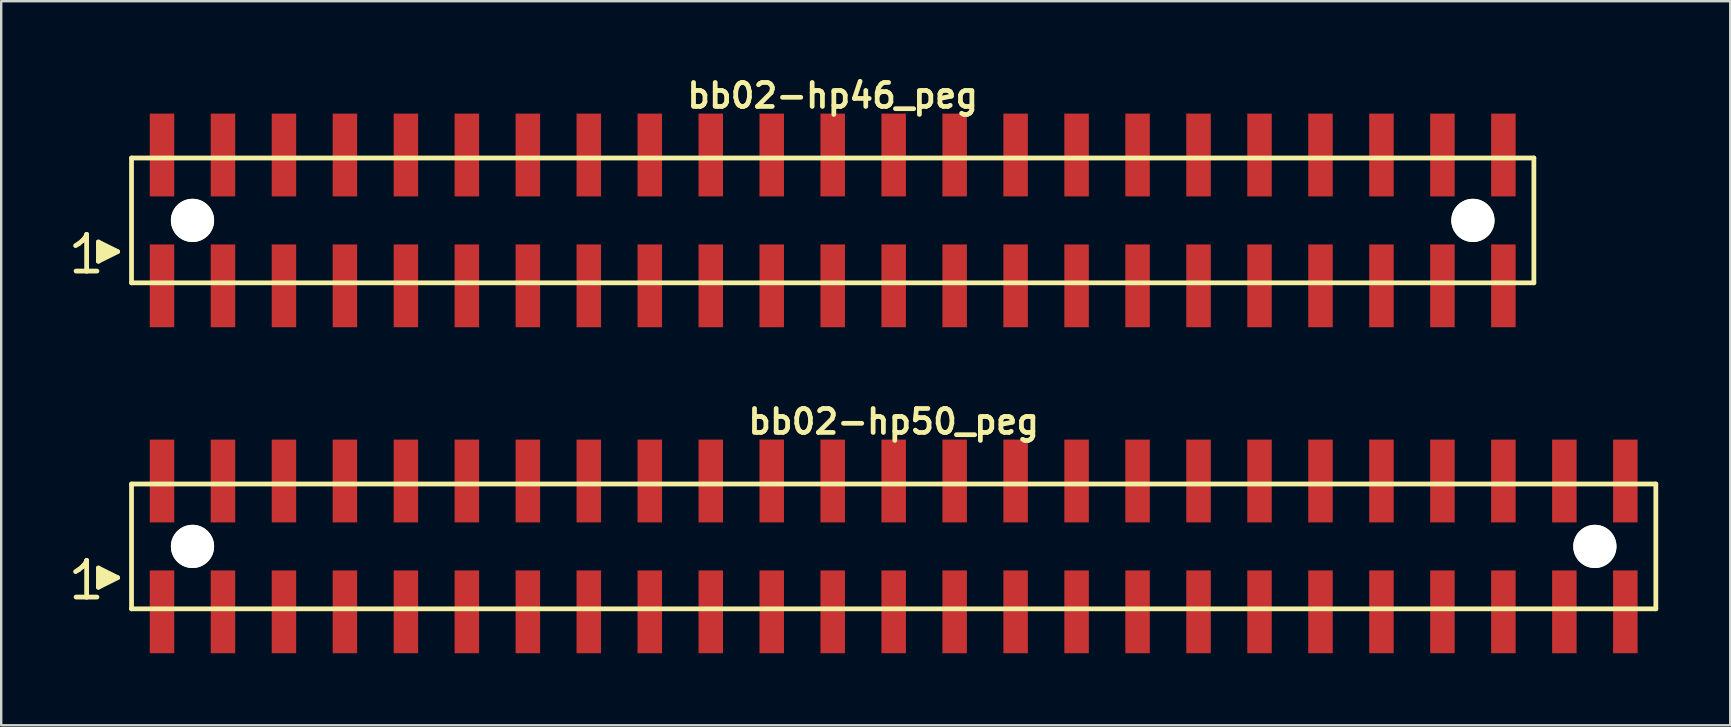
<source format=kicad_pcb>
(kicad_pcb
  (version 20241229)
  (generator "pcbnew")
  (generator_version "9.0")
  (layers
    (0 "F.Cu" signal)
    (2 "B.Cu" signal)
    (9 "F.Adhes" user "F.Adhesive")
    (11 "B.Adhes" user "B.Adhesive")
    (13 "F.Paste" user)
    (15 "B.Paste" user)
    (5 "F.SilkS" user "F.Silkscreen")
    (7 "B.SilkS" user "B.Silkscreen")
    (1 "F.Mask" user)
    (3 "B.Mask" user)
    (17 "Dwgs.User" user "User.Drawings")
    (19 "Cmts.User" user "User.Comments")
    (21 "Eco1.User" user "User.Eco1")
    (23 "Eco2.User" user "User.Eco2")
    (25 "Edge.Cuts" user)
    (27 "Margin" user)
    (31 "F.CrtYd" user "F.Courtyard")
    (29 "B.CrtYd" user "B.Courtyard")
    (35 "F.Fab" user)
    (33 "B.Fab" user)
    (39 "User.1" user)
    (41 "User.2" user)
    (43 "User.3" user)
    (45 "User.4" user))
  (footprint "bb02-hp50_peg"
    (layer "F.Cu")
    (at 34.179 19.713)
    (property "Reference" "bb02-hp50_peg" (at 0 -5.2 0) (layer "F.SilkS") (effects (font (size 0.998 0.998) (thickness 0.198))))
    (attr through_hole)
    (fp_line (start -34.08 1.05) (end -33.95 0.97) (stroke (width 0.198) (type solid)) (layer "F.SilkS"))
    (fp_line (start -33.95 0.97) (end -33.79 0.84) (stroke (width 0.198) (type solid)) (layer "F.SilkS"))
    (fp_line (start -33.79 0.84) (end -33.65 0.67) (stroke (width 0.198) (type solid)) (layer "F.SilkS"))
    (fp_line (start -33.65 0.67) (end -33.62 0.58) (stroke (width 0.198) (type solid)) (layer "F.SilkS"))
    (fp_line (start -33.62 0.58) (end -33.62 2.11) (stroke (width 0.198) (type solid)) (layer "F.SilkS"))
    (fp_line (start -33.62 2.11) (end -34.06 2.11) (stroke (width 0.198) (type solid)) (layer "F.SilkS"))
    (fp_line (start -33.19 2.11) (end -33.63 2.11) (stroke (width 0.198) (type solid)) (layer "F.SilkS"))
    (fp_line (start -33.13 0.9) (end -32.33 1.3) (stroke (width 0.198) (type solid)) (layer "F.SilkS"))
    (fp_line (start -33.13 1.7) (end -33.13 0.9) (stroke (width 0.198) (type solid)) (layer "F.SilkS"))
    (fp_line (start -33.03 1.6) (end -33.03 1) (stroke (width 0.198) (type solid)) (layer "F.SilkS"))
    (fp_line (start -32.93 1.1) (end -32.93 1.5) (stroke (width 0.198) (type solid)) (layer "F.SilkS"))
    (fp_line (start -32.83 1.5) (end -32.83 1.1) (stroke (width 0.198) (type solid)) (layer "F.SilkS"))
    (fp_line (start -32.73 1.2) (end -32.73 1.4) (stroke (width 0.198) (type solid)) (layer "F.SilkS"))
    (fp_line (start -32.63 1.4) (end -32.63 1.2) (stroke (width 0.198) (type solid)) (layer "F.SilkS"))
    (fp_line (start -32.33 1.3) (end -33.13 1.7) (stroke (width 0.198) (type solid)) (layer "F.SilkS"))
    (fp_line (start -31.75 -2.6) (end -31.75 2.6) (stroke (width 0.198) (type solid)) (layer "F.SilkS"))
    (fp_line (start -31.75 -2.6) (end 31.75 -2.6) (stroke (width 0.198) (type solid)) (layer "F.SilkS"))
    (fp_line (start 31.75 2.6) (end -31.75 2.6) (stroke (width 0.198) (type solid)) (layer "F.SilkS"))
    (fp_line (start 31.75 2.6) (end 31.75 -2.6) (stroke (width 0.198) (type solid)) (layer "F.SilkS"))
    (pad "" np_thru_hole circle (at -29.21 0) (size 1.8 1.8) (drill 1.8) (layers "*.Cu" "*.Mask" "F.SilkS"))
    (pad "" np_thru_hole circle (at 29.21 0) (size 1.8 1.8) (drill 1.8) (layers "*.Cu" "*.Mask" "F.SilkS"))
    (pad "1" smd rect (at -30.48 2.725) (size 1.02 3.45) (layers "F.Cu" "F.Mask" "F.Paste"))
    (pad "2" smd rect (at -30.48 -2.725) (size 1.02 3.45) (layers "F.Cu" "F.Mask" "F.Paste"))
    (pad "3" smd rect (at -27.94 2.725) (size 1.02 3.45) (layers "F.Cu" "F.Mask" "F.Paste"))
    (pad "4" smd rect (at -27.94 -2.725) (size 1.02 3.45) (layers "F.Cu" "F.Mask" "F.Paste"))
    (pad "5" smd rect (at -25.4 2.725) (size 1.02 3.45) (layers "F.Cu" "F.Mask" "F.Paste"))
    (pad "6" smd rect (at -25.4 -2.725) (size 1.02 3.45) (layers "F.Cu" "F.Mask" "F.Paste"))
    (pad "7" smd rect (at -22.86 2.725) (size 1.02 3.45) (layers "F.Cu" "F.Mask" "F.Paste"))
    (pad "8" smd rect (at -22.86 -2.725) (size 1.02 3.45) (layers "F.Cu" "F.Mask" "F.Paste"))
    (pad "9" smd rect (at -20.32 2.725) (size 1.02 3.45) (layers "F.Cu" "F.Mask" "F.Paste"))
    (pad "10" smd rect (at -20.32 -2.725) (size 1.02 3.45) (layers "F.Cu" "F.Mask" "F.Paste"))
    (pad "11" smd rect (at -17.78 2.725) (size 1.02 3.45) (layers "F.Cu" "F.Mask" "F.Paste"))
    (pad "12" smd rect (at -17.78 -2.725) (size 1.02 3.45) (layers "F.Cu" "F.Mask" "F.Paste"))
    (pad "13" smd rect (at -15.24 2.725) (size 1.02 3.45) (layers "F.Cu" "F.Mask" "F.Paste"))
    (pad "14" smd rect (at -15.24 -2.725) (size 1.02 3.45) (layers "F.Cu" "F.Mask" "F.Paste"))
    (pad "15" smd rect (at -12.7 2.725) (size 1.02 3.45) (layers "F.Cu" "F.Mask" "F.Paste"))
    (pad "16" smd rect (at -12.7 -2.725) (size 1.02 3.45) (layers "F.Cu" "F.Mask" "F.Paste"))
    (pad "17" smd rect (at -10.16 2.725) (size 1.02 3.45) (layers "F.Cu" "F.Mask" "F.Paste"))
    (pad "18" smd rect (at -10.16 -2.725) (size 1.02 3.45) (layers "F.Cu" "F.Mask" "F.Paste"))
    (pad "19" smd rect (at -7.62 2.725) (size 1.02 3.45) (layers "F.Cu" "F.Mask" "F.Paste"))
    (pad "20" smd rect (at -7.62 -2.725) (size 1.02 3.45) (layers "F.Cu" "F.Mask" "F.Paste"))
    (pad "21" smd rect (at -5.08 2.725) (size 1.02 3.45) (layers "F.Cu" "F.Mask" "F.Paste"))
    (pad "22" smd rect (at -5.08 -2.725) (size 1.02 3.45) (layers "F.Cu" "F.Mask" "F.Paste"))
    (pad "23" smd rect (at -2.54 2.725) (size 1.02 3.45) (layers "F.Cu" "F.Mask" "F.Paste"))
    (pad "24" smd rect (at -2.54 -2.725) (size 1.02 3.45) (layers "F.Cu" "F.Mask" "F.Paste"))
    (pad "25" smd rect (at 0 2.725) (size 1.02 3.45) (layers "F.Cu" "F.Mask" "F.Paste"))
    (pad "26" smd rect (at 0 -2.725) (size 1.02 3.45) (layers "F.Cu" "F.Mask" "F.Paste"))
    (pad "27" smd rect (at 2.54 2.725) (size 1.02 3.45) (layers "F.Cu" "F.Mask" "F.Paste"))
    (pad "28" smd rect (at 2.54 -2.725) (size 1.02 3.45) (layers "F.Cu" "F.Mask" "F.Paste"))
    (pad "29" smd rect (at 5.08 2.725) (size 1.02 3.45) (layers "F.Cu" "F.Mask" "F.Paste"))
    (pad "30" smd rect (at 5.08 -2.725) (size 1.02 3.45) (layers "F.Cu" "F.Mask" "F.Paste"))
    (pad "31" smd rect (at 7.62 2.725) (size 1.02 3.45) (layers "F.Cu" "F.Mask" "F.Paste"))
    (pad "32" smd rect (at 7.62 -2.725) (size 1.02 3.45) (layers "F.Cu" "F.Mask" "F.Paste"))
    (pad "33" smd rect (at 10.16 2.725) (size 1.02 3.45) (layers "F.Cu" "F.Mask" "F.Paste"))
    (pad "34" smd rect (at 10.16 -2.725) (size 1.02 3.45) (layers "F.Cu" "F.Mask" "F.Paste"))
    (pad "35" smd rect (at 12.7 2.725) (size 1.02 3.45) (layers "F.Cu" "F.Mask" "F.Paste"))
    (pad "36" smd rect (at 12.7 -2.725) (size 1.02 3.45) (layers "F.Cu" "F.Mask" "F.Paste"))
    (pad "37" smd rect (at 15.24 2.725) (size 1.02 3.45) (layers "F.Cu" "F.Mask" "F.Paste"))
    (pad "38" smd rect (at 15.24 -2.725) (size 1.02 3.45) (layers "F.Cu" "F.Mask" "F.Paste"))
    (pad "39" smd rect (at 17.78 2.725) (size 1.02 3.45) (layers "F.Cu" "F.Mask" "F.Paste"))
    (pad "40" smd rect (at 17.78 -2.725) (size 1.02 3.45) (layers "F.Cu" "F.Mask" "F.Paste"))
    (pad "41" smd rect (at 20.32 2.725) (size 1.02 3.45) (layers "F.Cu" "F.Mask" "F.Paste"))
    (pad "42" smd rect (at 20.32 -2.725) (size 1.02 3.45) (layers "F.Cu" "F.Mask" "F.Paste"))
    (pad "43" smd rect (at 22.86 2.725) (size 1.02 3.45) (layers "F.Cu" "F.Mask" "F.Paste"))
    (pad "44" smd rect (at 22.86 -2.725) (size 1.02 3.45) (layers "F.Cu" "F.Mask" "F.Paste"))
    (pad "45" smd rect (at 25.4 2.725) (size 1.02 3.45) (layers "F.Cu" "F.Mask" "F.Paste"))
    (pad "46" smd rect (at 25.4 -2.725) (size 1.02 3.45) (layers "F.Cu" "F.Mask" "F.Paste"))
    (pad "47" smd rect (at 27.94 2.725) (size 1.02 3.45) (layers "F.Cu" "F.Mask" "F.Paste"))
    (pad "48" smd rect (at 27.94 -2.725) (size 1.02 3.45) (layers "F.Cu" "F.Mask" "F.Paste"))
    (pad "49" smd rect (at 30.48 2.725) (size 1.02 3.45) (layers "F.Cu" "F.Mask" "F.Paste"))
    (pad "50" smd rect (at 30.48 -2.725) (size 1.02 3.45) (layers "F.Cu" "F.Mask" "F.Paste")))
  (footprint "bb02-hp46_peg"
    (layer "F.Cu")
    (at 31.639 6.132)
    (property "Reference" "bb02-hp46_peg" (at 0 -5.2 0) (layer "F.SilkS") (effects (font (size 0.998 0.998) (thickness 0.198))))
    (attr through_hole)
    (fp_line (start -31.54 1.05) (end -31.41 0.97) (stroke (width 0.198) (type solid)) (layer "F.SilkS"))
    (fp_line (start -31.41 0.97) (end -31.25 0.84) (stroke (width 0.198) (type solid)) (layer "F.SilkS"))
    (fp_line (start -31.25 0.84) (end -31.11 0.67) (stroke (width 0.198) (type solid)) (layer "F.SilkS"))
    (fp_line (start -31.11 0.67) (end -31.08 0.58) (stroke (width 0.198) (type solid)) (layer "F.SilkS"))
    (fp_line (start -31.08 0.58) (end -31.08 2.11) (stroke (width 0.198) (type solid)) (layer "F.SilkS"))
    (fp_line (start -31.08 2.11) (end -31.52 2.11) (stroke (width 0.198) (type solid)) (layer "F.SilkS"))
    (fp_line (start -30.65 2.11) (end -31.09 2.11) (stroke (width 0.198) (type solid)) (layer "F.SilkS"))
    (fp_line (start -30.59 0.9) (end -29.79 1.3) (stroke (width 0.198) (type solid)) (layer "F.SilkS"))
    (fp_line (start -30.59 1.7) (end -30.59 0.9) (stroke (width 0.198) (type solid)) (layer "F.SilkS"))
    (fp_line (start -30.49 1.6) (end -30.49 1) (stroke (width 0.198) (type solid)) (layer "F.SilkS"))
    (fp_line (start -30.39 1.1) (end -30.39 1.5) (stroke (width 0.198) (type solid)) (layer "F.SilkS"))
    (fp_line (start -30.29 1.5) (end -30.29 1.1) (stroke (width 0.198) (type solid)) (layer "F.SilkS"))
    (fp_line (start -30.19 1.2) (end -30.19 1.4) (stroke (width 0.198) (type solid)) (layer "F.SilkS"))
    (fp_line (start -30.09 1.4) (end -30.09 1.2) (stroke (width 0.198) (type solid)) (layer "F.SilkS"))
    (fp_line (start -29.79 1.3) (end -30.59 1.7) (stroke (width 0.198) (type solid)) (layer "F.SilkS"))
    (fp_line (start -29.21 -2.6) (end -29.21 2.6) (stroke (width 0.198) (type solid)) (layer "F.SilkS"))
    (fp_line (start -29.21 -2.6) (end 29.21 -2.6) (stroke (width 0.198) (type solid)) (layer "F.SilkS"))
    (fp_line (start 29.21 2.6) (end -29.21 2.6) (stroke (width 0.198) (type solid)) (layer "F.SilkS"))
    (fp_line (start 29.21 2.6) (end 29.21 -2.6) (stroke (width 0.198) (type solid)) (layer "F.SilkS"))
    (pad "" np_thru_hole circle (at -26.67 0) (size 1.8 1.8) (drill 1.8) (layers "*.Cu" "*.Mask" "F.SilkS"))
    (pad "" np_thru_hole circle (at 26.67 0) (size 1.8 1.8) (drill 1.8) (layers "*.Cu" "*.Mask" "F.SilkS"))
    (pad "1" smd rect (at -27.94 2.725) (size 1.02 3.45) (layers "F.Cu" "F.Mask" "F.Paste"))
    (pad "2" smd rect (at -27.94 -2.725) (size 1.02 3.45) (layers "F.Cu" "F.Mask" "F.Paste"))
    (pad "3" smd rect (at -25.4 2.725) (size 1.02 3.45) (layers "F.Cu" "F.Mask" "F.Paste"))
    (pad "4" smd rect (at -25.4 -2.725) (size 1.02 3.45) (layers "F.Cu" "F.Mask" "F.Paste"))
    (pad "5" smd rect (at -22.86 2.725) (size 1.02 3.45) (layers "F.Cu" "F.Mask" "F.Paste"))
    (pad "6" smd rect (at -22.86 -2.725) (size 1.02 3.45) (layers "F.Cu" "F.Mask" "F.Paste"))
    (pad "7" smd rect (at -20.32 2.725) (size 1.02 3.45) (layers "F.Cu" "F.Mask" "F.Paste"))
    (pad "8" smd rect (at -20.32 -2.725) (size 1.02 3.45) (layers "F.Cu" "F.Mask" "F.Paste"))
    (pad "9" smd rect (at -17.78 2.725) (size 1.02 3.45) (layers "F.Cu" "F.Mask" "F.Paste"))
    (pad "10" smd rect (at -17.78 -2.725) (size 1.02 3.45) (layers "F.Cu" "F.Mask" "F.Paste"))
    (pad "11" smd rect (at -15.24 2.725) (size 1.02 3.45) (layers "F.Cu" "F.Mask" "F.Paste"))
    (pad "12" smd rect (at -15.24 -2.725) (size 1.02 3.45) (layers "F.Cu" "F.Mask" "F.Paste"))
    (pad "13" smd rect (at -12.7 2.725) (size 1.02 3.45) (layers "F.Cu" "F.Mask" "F.Paste"))
    (pad "14" smd rect (at -12.7 -2.725) (size 1.02 3.45) (layers "F.Cu" "F.Mask" "F.Paste"))
    (pad "15" smd rect (at -10.16 2.725) (size 1.02 3.45) (layers "F.Cu" "F.Mask" "F.Paste"))
    (pad "16" smd rect (at -10.16 -2.725) (size 1.02 3.45) (layers "F.Cu" "F.Mask" "F.Paste"))
    (pad "17" smd rect (at -7.62 2.725) (size 1.02 3.45) (layers "F.Cu" "F.Mask" "F.Paste"))
    (pad "18" smd rect (at -7.62 -2.725) (size 1.02 3.45) (layers "F.Cu" "F.Mask" "F.Paste"))
    (pad "19" smd rect (at -5.08 2.725) (size 1.02 3.45) (layers "F.Cu" "F.Mask" "F.Paste"))
    (pad "20" smd rect (at -5.08 -2.725) (size 1.02 3.45) (layers "F.Cu" "F.Mask" "F.Paste"))
    (pad "21" smd rect (at -2.54 2.725) (size 1.02 3.45) (layers "F.Cu" "F.Mask" "F.Paste"))
    (pad "22" smd rect (at -2.54 -2.725) (size 1.02 3.45) (layers "F.Cu" "F.Mask" "F.Paste"))
    (pad "23" smd rect (at 0 2.725) (size 1.02 3.45) (layers "F.Cu" "F.Mask" "F.Paste"))
    (pad "24" smd rect (at 0 -2.725) (size 1.02 3.45) (layers "F.Cu" "F.Mask" "F.Paste"))
    (pad "25" smd rect (at 2.54 2.725) (size 1.02 3.45) (layers "F.Cu" "F.Mask" "F.Paste"))
    (pad "26" smd rect (at 2.54 -2.725) (size 1.02 3.45) (layers "F.Cu" "F.Mask" "F.Paste"))
    (pad "27" smd rect (at 5.08 2.725) (size 1.02 3.45) (layers "F.Cu" "F.Mask" "F.Paste"))
    (pad "28" smd rect (at 5.08 -2.725) (size 1.02 3.45) (layers "F.Cu" "F.Mask" "F.Paste"))
    (pad "29" smd rect (at 7.62 2.725) (size 1.02 3.45) (layers "F.Cu" "F.Mask" "F.Paste"))
    (pad "30" smd rect (at 7.62 -2.725) (size 1.02 3.45) (layers "F.Cu" "F.Mask" "F.Paste"))
    (pad "31" smd rect (at 10.16 2.725) (size 1.02 3.45) (layers "F.Cu" "F.Mask" "F.Paste"))
    (pad "32" smd rect (at 10.16 -2.725) (size 1.02 3.45) (layers "F.Cu" "F.Mask" "F.Paste"))
    (pad "33" smd rect (at 12.7 2.725) (size 1.02 3.45) (layers "F.Cu" "F.Mask" "F.Paste"))
    (pad "34" smd rect (at 12.7 -2.725) (size 1.02 3.45) (layers "F.Cu" "F.Mask" "F.Paste"))
    (pad "35" smd rect (at 15.24 2.725) (size 1.02 3.45) (layers "F.Cu" "F.Mask" "F.Paste"))
    (pad "36" smd rect (at 15.24 -2.725) (size 1.02 3.45) (layers "F.Cu" "F.Mask" "F.Paste"))
    (pad "37" smd rect (at 17.78 2.725) (size 1.02 3.45) (layers "F.Cu" "F.Mask" "F.Paste"))
    (pad "38" smd rect (at 17.78 -2.725) (size 1.02 3.45) (layers "F.Cu" "F.Mask" "F.Paste"))
    (pad "39" smd rect (at 20.32 2.725) (size 1.02 3.45) (layers "F.Cu" "F.Mask" "F.Paste"))
    (pad "40" smd rect (at 20.32 -2.725) (size 1.02 3.45) (layers "F.Cu" "F.Mask" "F.Paste"))
    (pad "41" smd rect (at 22.86 2.725) (size 1.02 3.45) (layers "F.Cu" "F.Mask" "F.Paste"))
    (pad "42" smd rect (at 22.86 -2.725) (size 1.02 3.45) (layers "F.Cu" "F.Mask" "F.Paste"))
    (pad "43" smd rect (at 25.4 2.725) (size 1.02 3.45) (layers "F.Cu" "F.Mask" "F.Paste"))
    (pad "44" smd rect (at 25.4 -2.725) (size 1.02 3.45) (layers "F.Cu" "F.Mask" "F.Paste"))
    (pad "45" smd rect (at 27.94 2.725) (size 1.02 3.45) (layers "F.Cu" "F.Mask" "F.Paste"))
    (pad "46" smd rect (at 27.94 -2.725) (size 1.02 3.45) (layers "F.Cu" "F.Mask" "F.Paste")))
  (gr_rect
    (start -3 -3)
    (end 69.028 27.163)
    (stroke (width 0.1) (type default))
    (fill no)
    (layer "Edge.Cuts")))
</source>
